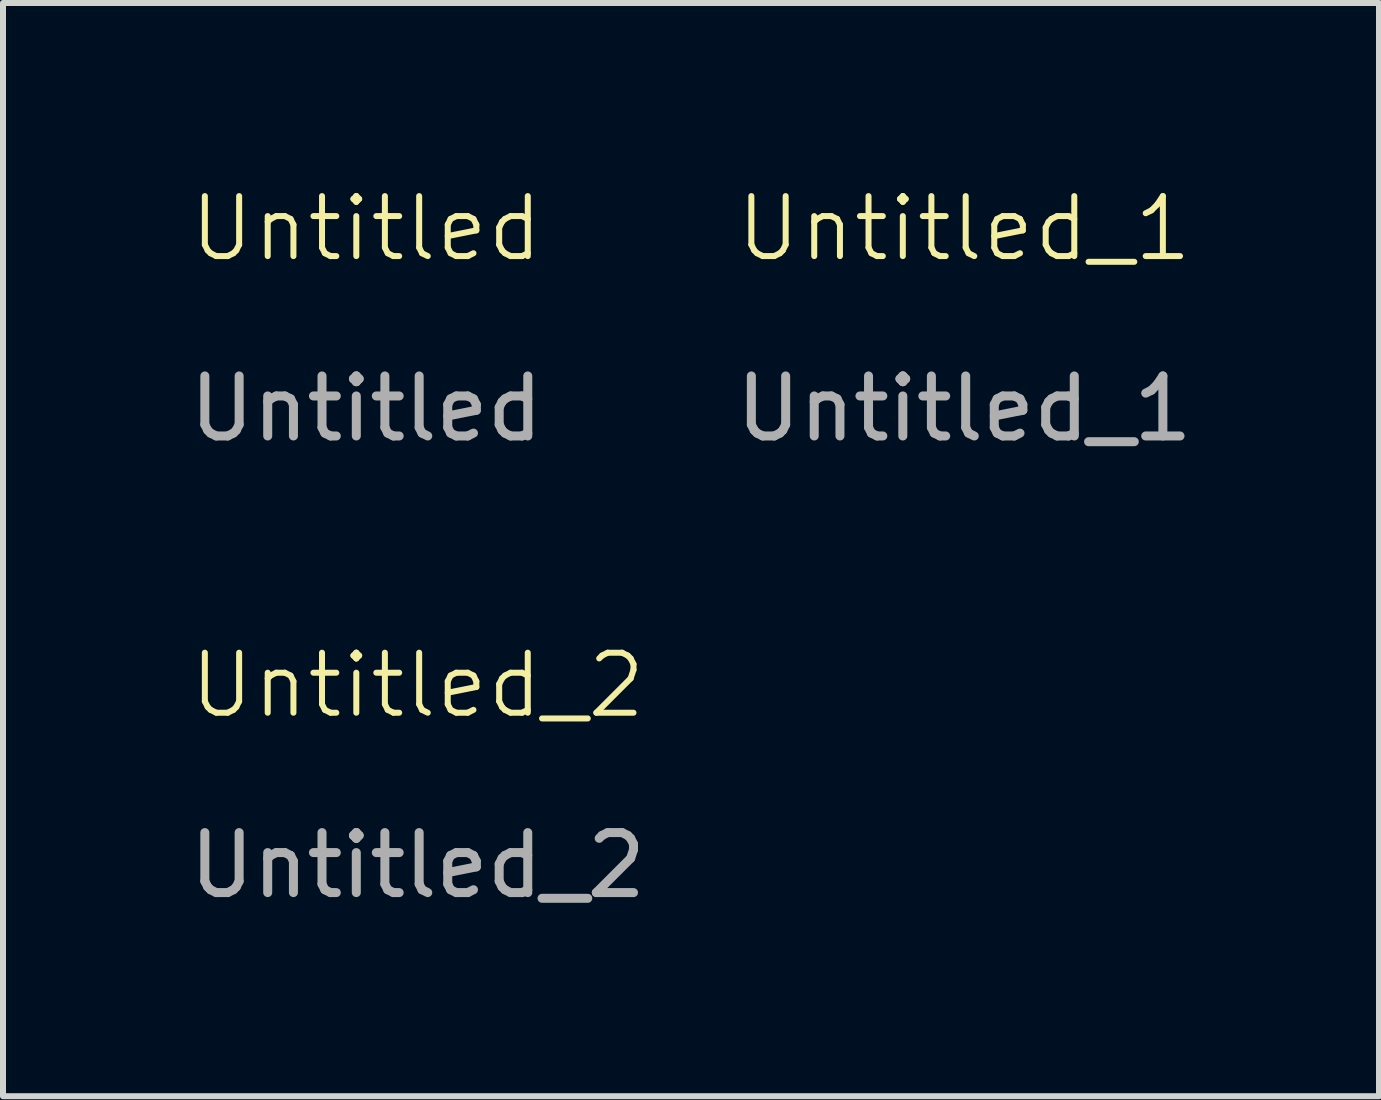
<source format=kicad_pcb>
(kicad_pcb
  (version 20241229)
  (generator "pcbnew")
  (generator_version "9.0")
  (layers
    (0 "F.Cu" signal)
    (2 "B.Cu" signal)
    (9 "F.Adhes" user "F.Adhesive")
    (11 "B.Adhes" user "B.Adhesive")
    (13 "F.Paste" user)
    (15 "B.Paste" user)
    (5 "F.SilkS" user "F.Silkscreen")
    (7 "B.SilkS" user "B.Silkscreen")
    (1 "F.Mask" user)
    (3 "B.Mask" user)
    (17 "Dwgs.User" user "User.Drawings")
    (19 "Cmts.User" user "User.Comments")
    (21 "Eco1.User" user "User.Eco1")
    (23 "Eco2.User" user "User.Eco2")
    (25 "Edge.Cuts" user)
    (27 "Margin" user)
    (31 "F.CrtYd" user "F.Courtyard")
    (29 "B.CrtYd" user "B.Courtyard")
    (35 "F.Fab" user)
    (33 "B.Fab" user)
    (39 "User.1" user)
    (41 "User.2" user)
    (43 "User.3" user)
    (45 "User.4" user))
  (footprint "Untitled_2"
    (layer "F.Cu")
    (at 3.911 8.869)
    (property "Reference" "Untitled_2" (at 0 -0.5 0) (unlocked yes) (layer "F.SilkS") (effects (font (size 1 1) (thickness 0.1))))
    (fp_text user "${REFERENCE}" (at 0 2.5 0) (unlocked yes) (layer "F.Fab") (effects (font (size 1 1) (thickness 0.15)))))
  (footprint "Untitled"
    (layer "F.Cu")
    (at 3.054 1.26)
    (property "Reference" "Untitled" (at 0 -0.5 0) (unlocked yes) (layer "F.SilkS") (effects (font (size 1 1) (thickness 0.1))))
    (fp_text user "${REFERENCE}" (at 0 2.5 0) (unlocked yes) (layer "F.Fab") (effects (font (size 1 1) (thickness 0.15)))))
  (footprint "Untitled_1"
    (layer "F.Cu")
    (at 13.018 1.26)
    (property "Reference" "Untitled_1" (at 0 -0.5 0) (unlocked yes) (layer "F.SilkS") (effects (font (size 1 1) (thickness 0.1))))
    (fp_text user "${REFERENCE}" (at 0 2.5 0) (unlocked yes) (layer "F.Fab") (effects (font (size 1 1) (thickness 0.15)))))
  (gr_rect
    (start -3 -3)
    (end 19.929 15.217)
    (stroke (width 0.1) (type default))
    (fill no)
    (layer "Edge.Cuts")))
</source>
